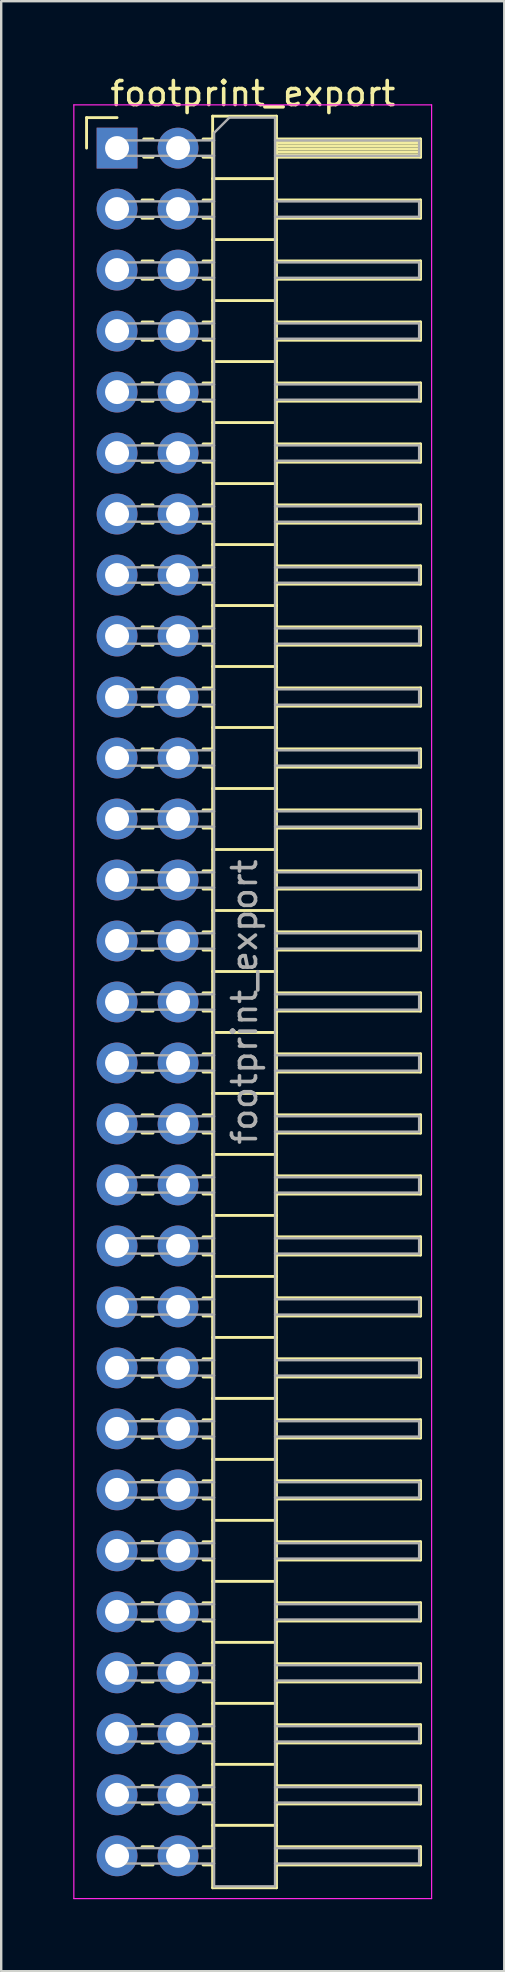
<source format=kicad_pcb>
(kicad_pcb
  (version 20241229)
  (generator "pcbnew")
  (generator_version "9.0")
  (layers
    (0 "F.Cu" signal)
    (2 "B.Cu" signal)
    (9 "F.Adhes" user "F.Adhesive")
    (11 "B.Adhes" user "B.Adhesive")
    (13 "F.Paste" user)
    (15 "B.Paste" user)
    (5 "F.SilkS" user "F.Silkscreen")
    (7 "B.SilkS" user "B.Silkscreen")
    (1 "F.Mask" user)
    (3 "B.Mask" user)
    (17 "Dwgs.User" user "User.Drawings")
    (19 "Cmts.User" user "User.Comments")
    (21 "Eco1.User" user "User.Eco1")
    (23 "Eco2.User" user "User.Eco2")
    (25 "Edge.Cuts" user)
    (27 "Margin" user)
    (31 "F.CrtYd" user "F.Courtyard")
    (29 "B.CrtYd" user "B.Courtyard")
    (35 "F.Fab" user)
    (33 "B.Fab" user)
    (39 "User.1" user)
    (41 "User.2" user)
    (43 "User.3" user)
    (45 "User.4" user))
  (footprint "footprint_export"
    (layer "F.Cu")
    (at 1.825 3.118)
    (property "Reference" "footprint_export" (at 5.655 -2.27 0) (layer "F.SilkS") (effects (font (size 1 1) (thickness 0.15))))
    (attr through_hole)
    (fp_line (start -1.27 -1.27) (end 0 -1.27) (stroke (width 0.12) (type solid)) (layer "F.SilkS"))
    (fp_line (start -1.27 0) (end -1.27 -1.27) (stroke (width 0.12) (type solid)) (layer "F.SilkS"))
    (fp_line (start 1.043 2.16) (end 1.497 2.16) (stroke (width 0.12) (type solid)) (layer "F.SilkS"))
    (fp_line (start 1.043 2.92) (end 1.497 2.92) (stroke (width 0.12) (type solid)) (layer "F.SilkS"))
    (fp_line (start 1.043 4.7) (end 1.497 4.7) (stroke (width 0.12) (type solid)) (layer "F.SilkS"))
    (fp_line (start 1.043 5.46) (end 1.497 5.46) (stroke (width 0.12) (type solid)) (layer "F.SilkS"))
    (fp_line (start 1.043 7.24) (end 1.497 7.24) (stroke (width 0.12) (type solid)) (layer "F.SilkS"))
    (fp_line (start 1.043 8) (end 1.497 8) (stroke (width 0.12) (type solid)) (layer "F.SilkS"))
    (fp_line (start 1.043 9.78) (end 1.497 9.78) (stroke (width 0.12) (type solid)) (layer "F.SilkS"))
    (fp_line (start 1.043 10.54) (end 1.497 10.54) (stroke (width 0.12) (type solid)) (layer "F.SilkS"))
    (fp_line (start 1.043 12.32) (end 1.497 12.32) (stroke (width 0.12) (type solid)) (layer "F.SilkS"))
    (fp_line (start 1.043 13.08) (end 1.497 13.08) (stroke (width 0.12) (type solid)) (layer "F.SilkS"))
    (fp_line (start 1.043 14.86) (end 1.497 14.86) (stroke (width 0.12) (type solid)) (layer "F.SilkS"))
    (fp_line (start 1.043 15.62) (end 1.497 15.62) (stroke (width 0.12) (type solid)) (layer "F.SilkS"))
    (fp_line (start 1.043 17.4) (end 1.497 17.4) (stroke (width 0.12) (type solid)) (layer "F.SilkS"))
    (fp_line (start 1.043 18.16) (end 1.497 18.16) (stroke (width 0.12) (type solid)) (layer "F.SilkS"))
    (fp_line (start 1.043 19.94) (end 1.497 19.94) (stroke (width 0.12) (type solid)) (layer "F.SilkS"))
    (fp_line (start 1.043 20.7) (end 1.497 20.7) (stroke (width 0.12) (type solid)) (layer "F.SilkS"))
    (fp_line (start 1.043 22.48) (end 1.497 22.48) (stroke (width 0.12) (type solid)) (layer "F.SilkS"))
    (fp_line (start 1.043 23.24) (end 1.497 23.24) (stroke (width 0.12) (type solid)) (layer "F.SilkS"))
    (fp_line (start 1.043 25.02) (end 1.497 25.02) (stroke (width 0.12) (type solid)) (layer "F.SilkS"))
    (fp_line (start 1.043 25.78) (end 1.497 25.78) (stroke (width 0.12) (type solid)) (layer "F.SilkS"))
    (fp_line (start 1.043 27.56) (end 1.497 27.56) (stroke (width 0.12) (type solid)) (layer "F.SilkS"))
    (fp_line (start 1.043 28.32) (end 1.497 28.32) (stroke (width 0.12) (type solid)) (layer "F.SilkS"))
    (fp_line (start 1.043 30.1) (end 1.497 30.1) (stroke (width 0.12) (type solid)) (layer "F.SilkS"))
    (fp_line (start 1.043 30.86) (end 1.497 30.86) (stroke (width 0.12) (type solid)) (layer "F.SilkS"))
    (fp_line (start 1.043 32.64) (end 1.497 32.64) (stroke (width 0.12) (type solid)) (layer "F.SilkS"))
    (fp_line (start 1.043 33.4) (end 1.497 33.4) (stroke (width 0.12) (type solid)) (layer "F.SilkS"))
    (fp_line (start 1.043 35.18) (end 1.497 35.18) (stroke (width 0.12) (type solid)) (layer "F.SilkS"))
    (fp_line (start 1.043 35.94) (end 1.497 35.94) (stroke (width 0.12) (type solid)) (layer "F.SilkS"))
    (fp_line (start 1.043 37.72) (end 1.497 37.72) (stroke (width 0.12) (type solid)) (layer "F.SilkS"))
    (fp_line (start 1.043 38.48) (end 1.497 38.48) (stroke (width 0.12) (type solid)) (layer "F.SilkS"))
    (fp_line (start 1.043 40.26) (end 1.497 40.26) (stroke (width 0.12) (type solid)) (layer "F.SilkS"))
    (fp_line (start 1.043 41.02) (end 1.497 41.02) (stroke (width 0.12) (type solid)) (layer "F.SilkS"))
    (fp_line (start 1.043 42.8) (end 1.497 42.8) (stroke (width 0.12) (type solid)) (layer "F.SilkS"))
    (fp_line (start 1.043 43.56) (end 1.497 43.56) (stroke (width 0.12) (type solid)) (layer "F.SilkS"))
    (fp_line (start 1.043 45.34) (end 1.497 45.34) (stroke (width 0.12) (type solid)) (layer "F.SilkS"))
    (fp_line (start 1.043 46.1) (end 1.497 46.1) (stroke (width 0.12) (type solid)) (layer "F.SilkS"))
    (fp_line (start 1.043 47.88) (end 1.497 47.88) (stroke (width 0.12) (type solid)) (layer "F.SilkS"))
    (fp_line (start 1.043 48.64) (end 1.497 48.64) (stroke (width 0.12) (type solid)) (layer "F.SilkS"))
    (fp_line (start 1.043 50.42) (end 1.497 50.42) (stroke (width 0.12) (type solid)) (layer "F.SilkS"))
    (fp_line (start 1.043 51.18) (end 1.497 51.18) (stroke (width 0.12) (type solid)) (layer "F.SilkS"))
    (fp_line (start 1.043 52.96) (end 1.497 52.96) (stroke (width 0.12) (type solid)) (layer "F.SilkS"))
    (fp_line (start 1.043 53.72) (end 1.497 53.72) (stroke (width 0.12) (type solid)) (layer "F.SilkS"))
    (fp_line (start 1.043 55.5) (end 1.497 55.5) (stroke (width 0.12) (type solid)) (layer "F.SilkS"))
    (fp_line (start 1.043 56.26) (end 1.497 56.26) (stroke (width 0.12) (type solid)) (layer "F.SilkS"))
    (fp_line (start 1.043 58.04) (end 1.497 58.04) (stroke (width 0.12) (type solid)) (layer "F.SilkS"))
    (fp_line (start 1.043 58.8) (end 1.497 58.8) (stroke (width 0.12) (type solid)) (layer "F.SilkS"))
    (fp_line (start 1.043 60.58) (end 1.497 60.58) (stroke (width 0.12) (type solid)) (layer "F.SilkS"))
    (fp_line (start 1.043 61.34) (end 1.497 61.34) (stroke (width 0.12) (type solid)) (layer "F.SilkS"))
    (fp_line (start 1.043 63.12) (end 1.497 63.12) (stroke (width 0.12) (type solid)) (layer "F.SilkS"))
    (fp_line (start 1.043 63.88) (end 1.497 63.88) (stroke (width 0.12) (type solid)) (layer "F.SilkS"))
    (fp_line (start 1.043 65.66) (end 1.497 65.66) (stroke (width 0.12) (type solid)) (layer "F.SilkS"))
    (fp_line (start 1.043 66.42) (end 1.497 66.42) (stroke (width 0.12) (type solid)) (layer "F.SilkS"))
    (fp_line (start 1.043 68.2) (end 1.497 68.2) (stroke (width 0.12) (type solid)) (layer "F.SilkS"))
    (fp_line (start 1.043 68.96) (end 1.497 68.96) (stroke (width 0.12) (type solid)) (layer "F.SilkS"))
    (fp_line (start 1.043 70.74) (end 1.497 70.74) (stroke (width 0.12) (type solid)) (layer "F.SilkS"))
    (fp_line (start 1.043 71.5) (end 1.497 71.5) (stroke (width 0.12) (type solid)) (layer "F.SilkS"))
    (fp_line (start 1.11 -0.38) (end 1.497 -0.38) (stroke (width 0.12) (type solid)) (layer "F.SilkS"))
    (fp_line (start 1.11 0.38) (end 1.497 0.38) (stroke (width 0.12) (type solid)) (layer "F.SilkS"))
    (fp_line (start 3.583 -0.38) (end 3.98 -0.38) (stroke (width 0.12) (type solid)) (layer "F.SilkS"))
    (fp_line (start 3.583 0.38) (end 3.98 0.38) (stroke (width 0.12) (type solid)) (layer "F.SilkS"))
    (fp_line (start 3.583 2.16) (end 3.98 2.16) (stroke (width 0.12) (type solid)) (layer "F.SilkS"))
    (fp_line (start 3.583 2.92) (end 3.98 2.92) (stroke (width 0.12) (type solid)) (layer "F.SilkS"))
    (fp_line (start 3.583 4.7) (end 3.98 4.7) (stroke (width 0.12) (type solid)) (layer "F.SilkS"))
    (fp_line (start 3.583 5.46) (end 3.98 5.46) (stroke (width 0.12) (type solid)) (layer "F.SilkS"))
    (fp_line (start 3.583 7.24) (end 3.98 7.24) (stroke (width 0.12) (type solid)) (layer "F.SilkS"))
    (fp_line (start 3.583 8) (end 3.98 8) (stroke (width 0.12) (type solid)) (layer "F.SilkS"))
    (fp_line (start 3.583 9.78) (end 3.98 9.78) (stroke (width 0.12) (type solid)) (layer "F.SilkS"))
    (fp_line (start 3.583 10.54) (end 3.98 10.54) (stroke (width 0.12) (type solid)) (layer "F.SilkS"))
    (fp_line (start 3.583 12.32) (end 3.98 12.32) (stroke (width 0.12) (type solid)) (layer "F.SilkS"))
    (fp_line (start 3.583 13.08) (end 3.98 13.08) (stroke (width 0.12) (type solid)) (layer "F.SilkS"))
    (fp_line (start 3.583 14.86) (end 3.98 14.86) (stroke (width 0.12) (type solid)) (layer "F.SilkS"))
    (fp_line (start 3.583 15.62) (end 3.98 15.62) (stroke (width 0.12) (type solid)) (layer "F.SilkS"))
    (fp_line (start 3.583 17.4) (end 3.98 17.4) (stroke (width 0.12) (type solid)) (layer "F.SilkS"))
    (fp_line (start 3.583 18.16) (end 3.98 18.16) (stroke (width 0.12) (type solid)) (layer "F.SilkS"))
    (fp_line (start 3.583 19.94) (end 3.98 19.94) (stroke (width 0.12) (type solid)) (layer "F.SilkS"))
    (fp_line (start 3.583 20.7) (end 3.98 20.7) (stroke (width 0.12) (type solid)) (layer "F.SilkS"))
    (fp_line (start 3.583 22.48) (end 3.98 22.48) (stroke (width 0.12) (type solid)) (layer "F.SilkS"))
    (fp_line (start 3.583 23.24) (end 3.98 23.24) (stroke (width 0.12) (type solid)) (layer "F.SilkS"))
    (fp_line (start 3.583 25.02) (end 3.98 25.02) (stroke (width 0.12) (type solid)) (layer "F.SilkS"))
    (fp_line (start 3.583 25.78) (end 3.98 25.78) (stroke (width 0.12) (type solid)) (layer "F.SilkS"))
    (fp_line (start 3.583 27.56) (end 3.98 27.56) (stroke (width 0.12) (type solid)) (layer "F.SilkS"))
    (fp_line (start 3.583 28.32) (end 3.98 28.32) (stroke (width 0.12) (type solid)) (layer "F.SilkS"))
    (fp_line (start 3.583 30.1) (end 3.98 30.1) (stroke (width 0.12) (type solid)) (layer "F.SilkS"))
    (fp_line (start 3.583 30.86) (end 3.98 30.86) (stroke (width 0.12) (type solid)) (layer "F.SilkS"))
    (fp_line (start 3.583 32.64) (end 3.98 32.64) (stroke (width 0.12) (type solid)) (layer "F.SilkS"))
    (fp_line (start 3.583 33.4) (end 3.98 33.4) (stroke (width 0.12) (type solid)) (layer "F.SilkS"))
    (fp_line (start 3.583 35.18) (end 3.98 35.18) (stroke (width 0.12) (type solid)) (layer "F.SilkS"))
    (fp_line (start 3.583 35.94) (end 3.98 35.94) (stroke (width 0.12) (type solid)) (layer "F.SilkS"))
    (fp_line (start 3.583 37.72) (end 3.98 37.72) (stroke (width 0.12) (type solid)) (layer "F.SilkS"))
    (fp_line (start 3.583 38.48) (end 3.98 38.48) (stroke (width 0.12) (type solid)) (layer "F.SilkS"))
    (fp_line (start 3.583 40.26) (end 3.98 40.26) (stroke (width 0.12) (type solid)) (layer "F.SilkS"))
    (fp_line (start 3.583 41.02) (end 3.98 41.02) (stroke (width 0.12) (type solid)) (layer "F.SilkS"))
    (fp_line (start 3.583 42.8) (end 3.98 42.8) (stroke (width 0.12) (type solid)) (layer "F.SilkS"))
    (fp_line (start 3.583 43.56) (end 3.98 43.56) (stroke (width 0.12) (type solid)) (layer "F.SilkS"))
    (fp_line (start 3.583 45.34) (end 3.98 45.34) (stroke (width 0.12) (type solid)) (layer "F.SilkS"))
    (fp_line (start 3.583 46.1) (end 3.98 46.1) (stroke (width 0.12) (type solid)) (layer "F.SilkS"))
    (fp_line (start 3.583 47.88) (end 3.98 47.88) (stroke (width 0.12) (type solid)) (layer "F.SilkS"))
    (fp_line (start 3.583 48.64) (end 3.98 48.64) (stroke (width 0.12) (type solid)) (layer "F.SilkS"))
    (fp_line (start 3.583 50.42) (end 3.98 50.42) (stroke (width 0.12) (type solid)) (layer "F.SilkS"))
    (fp_line (start 3.583 51.18) (end 3.98 51.18) (stroke (width 0.12) (type solid)) (layer "F.SilkS"))
    (fp_line (start 3.583 52.96) (end 3.98 52.96) (stroke (width 0.12) (type solid)) (layer "F.SilkS"))
    (fp_line (start 3.583 53.72) (end 3.98 53.72) (stroke (width 0.12) (type solid)) (layer "F.SilkS"))
    (fp_line (start 3.583 55.5) (end 3.98 55.5) (stroke (width 0.12) (type solid)) (layer "F.SilkS"))
    (fp_line (start 3.583 56.26) (end 3.98 56.26) (stroke (width 0.12) (type solid)) (layer "F.SilkS"))
    (fp_line (start 3.583 58.04) (end 3.98 58.04) (stroke (width 0.12) (type solid)) (layer "F.SilkS"))
    (fp_line (start 3.583 58.8) (end 3.98 58.8) (stroke (width 0.12) (type solid)) (layer "F.SilkS"))
    (fp_line (start 3.583 60.58) (end 3.98 60.58) (stroke (width 0.12) (type solid)) (layer "F.SilkS"))
    (fp_line (start 3.583 61.34) (end 3.98 61.34) (stroke (width 0.12) (type solid)) (layer "F.SilkS"))
    (fp_line (start 3.583 63.12) (end 3.98 63.12) (stroke (width 0.12) (type solid)) (layer "F.SilkS"))
    (fp_line (start 3.583 63.88) (end 3.98 63.88) (stroke (width 0.12) (type solid)) (layer "F.SilkS"))
    (fp_line (start 3.583 65.66) (end 3.98 65.66) (stroke (width 0.12) (type solid)) (layer "F.SilkS"))
    (fp_line (start 3.583 66.42) (end 3.98 66.42) (stroke (width 0.12) (type solid)) (layer "F.SilkS"))
    (fp_line (start 3.583 68.2) (end 3.98 68.2) (stroke (width 0.12) (type solid)) (layer "F.SilkS"))
    (fp_line (start 3.583 68.96) (end 3.98 68.96) (stroke (width 0.12) (type solid)) (layer "F.SilkS"))
    (fp_line (start 3.583 70.74) (end 3.98 70.74) (stroke (width 0.12) (type solid)) (layer "F.SilkS"))
    (fp_line (start 3.583 71.5) (end 3.98 71.5) (stroke (width 0.12) (type solid)) (layer "F.SilkS"))
    (fp_line (start 3.98 -1.33) (end 3.98 72.45) (stroke (width 0.12) (type solid)) (layer "F.SilkS"))
    (fp_line (start 3.98 1.27) (end 6.64 1.27) (stroke (width 0.12) (type solid)) (layer "F.SilkS"))
    (fp_line (start 3.98 3.81) (end 6.64 3.81) (stroke (width 0.12) (type solid)) (layer "F.SilkS"))
    (fp_line (start 3.98 6.35) (end 6.64 6.35) (stroke (width 0.12) (type solid)) (layer "F.SilkS"))
    (fp_line (start 3.98 8.89) (end 6.64 8.89) (stroke (width 0.12) (type solid)) (layer "F.SilkS"))
    (fp_line (start 3.98 11.43) (end 6.64 11.43) (stroke (width 0.12) (type solid)) (layer "F.SilkS"))
    (fp_line (start 3.98 13.97) (end 6.64 13.97) (stroke (width 0.12) (type solid)) (layer "F.SilkS"))
    (fp_line (start 3.98 16.51) (end 6.64 16.51) (stroke (width 0.12) (type solid)) (layer "F.SilkS"))
    (fp_line (start 3.98 19.05) (end 6.64 19.05) (stroke (width 0.12) (type solid)) (layer "F.SilkS"))
    (fp_line (start 3.98 21.59) (end 6.64 21.59) (stroke (width 0.12) (type solid)) (layer "F.SilkS"))
    (fp_line (start 3.98 24.13) (end 6.64 24.13) (stroke (width 0.12) (type solid)) (layer "F.SilkS"))
    (fp_line (start 3.98 26.67) (end 6.64 26.67) (stroke (width 0.12) (type solid)) (layer "F.SilkS"))
    (fp_line (start 3.98 29.21) (end 6.64 29.21) (stroke (width 0.12) (type solid)) (layer "F.SilkS"))
    (fp_line (start 3.98 31.75) (end 6.64 31.75) (stroke (width 0.12) (type solid)) (layer "F.SilkS"))
    (fp_line (start 3.98 34.29) (end 6.64 34.29) (stroke (width 0.12) (type solid)) (layer "F.SilkS"))
    (fp_line (start 3.98 36.83) (end 6.64 36.83) (stroke (width 0.12) (type solid)) (layer "F.SilkS"))
    (fp_line (start 3.98 39.37) (end 6.64 39.37) (stroke (width 0.12) (type solid)) (layer "F.SilkS"))
    (fp_line (start 3.98 41.91) (end 6.64 41.91) (stroke (width 0.12) (type solid)) (layer "F.SilkS"))
    (fp_line (start 3.98 44.45) (end 6.64 44.45) (stroke (width 0.12) (type solid)) (layer "F.SilkS"))
    (fp_line (start 3.98 46.99) (end 6.64 46.99) (stroke (width 0.12) (type solid)) (layer "F.SilkS"))
    (fp_line (start 3.98 49.53) (end 6.64 49.53) (stroke (width 0.12) (type solid)) (layer "F.SilkS"))
    (fp_line (start 3.98 52.07) (end 6.64 52.07) (stroke (width 0.12) (type solid)) (layer "F.SilkS"))
    (fp_line (start 3.98 54.61) (end 6.64 54.61) (stroke (width 0.12) (type solid)) (layer "F.SilkS"))
    (fp_line (start 3.98 57.15) (end 6.64 57.15) (stroke (width 0.12) (type solid)) (layer "F.SilkS"))
    (fp_line (start 3.98 59.69) (end 6.64 59.69) (stroke (width 0.12) (type solid)) (layer "F.SilkS"))
    (fp_line (start 3.98 62.23) (end 6.64 62.23) (stroke (width 0.12) (type solid)) (layer "F.SilkS"))
    (fp_line (start 3.98 64.77) (end 6.64 64.77) (stroke (width 0.12) (type solid)) (layer "F.SilkS"))
    (fp_line (start 3.98 67.31) (end 6.64 67.31) (stroke (width 0.12) (type solid)) (layer "F.SilkS"))
    (fp_line (start 3.98 69.85) (end 6.64 69.85) (stroke (width 0.12) (type solid)) (layer "F.SilkS"))
    (fp_line (start 3.98 72.45) (end 6.64 72.45) (stroke (width 0.12) (type solid)) (layer "F.SilkS"))
    (fp_line (start 6.64 -1.33) (end 3.98 -1.33) (stroke (width 0.12) (type solid)) (layer "F.SilkS"))
    (fp_line (start 6.64 -0.38) (end 12.64 -0.38) (stroke (width 0.12) (type solid)) (layer "F.SilkS"))
    (fp_line (start 6.64 -0.32) (end 12.64 -0.32) (stroke (width 0.12) (type solid)) (layer "F.SilkS"))
    (fp_line (start 6.64 -0.2) (end 12.64 -0.2) (stroke (width 0.12) (type solid)) (layer "F.SilkS"))
    (fp_line (start 6.64 -0.08) (end 12.64 -0.08) (stroke (width 0.12) (type solid)) (layer "F.SilkS"))
    (fp_line (start 6.64 0.04) (end 12.64 0.04) (stroke (width 0.12) (type solid)) (layer "F.SilkS"))
    (fp_line (start 6.64 0.16) (end 12.64 0.16) (stroke (width 0.12) (type solid)) (layer "F.SilkS"))
    (fp_line (start 6.64 0.28) (end 12.64 0.28) (stroke (width 0.12) (type solid)) (layer "F.SilkS"))
    (fp_line (start 6.64 2.16) (end 12.64 2.16) (stroke (width 0.12) (type solid)) (layer "F.SilkS"))
    (fp_line (start 6.64 4.7) (end 12.64 4.7) (stroke (width 0.12) (type solid)) (layer "F.SilkS"))
    (fp_line (start 6.64 7.24) (end 12.64 7.24) (stroke (width 0.12) (type solid)) (layer "F.SilkS"))
    (fp_line (start 6.64 9.78) (end 12.64 9.78) (stroke (width 0.12) (type solid)) (layer "F.SilkS"))
    (fp_line (start 6.64 12.32) (end 12.64 12.32) (stroke (width 0.12) (type solid)) (layer "F.SilkS"))
    (fp_line (start 6.64 14.86) (end 12.64 14.86) (stroke (width 0.12) (type solid)) (layer "F.SilkS"))
    (fp_line (start 6.64 17.4) (end 12.64 17.4) (stroke (width 0.12) (type solid)) (layer "F.SilkS"))
    (fp_line (start 6.64 19.94) (end 12.64 19.94) (stroke (width 0.12) (type solid)) (layer "F.SilkS"))
    (fp_line (start 6.64 22.48) (end 12.64 22.48) (stroke (width 0.12) (type solid)) (layer "F.SilkS"))
    (fp_line (start 6.64 25.02) (end 12.64 25.02) (stroke (width 0.12) (type solid)) (layer "F.SilkS"))
    (fp_line (start 6.64 27.56) (end 12.64 27.56) (stroke (width 0.12) (type solid)) (layer "F.SilkS"))
    (fp_line (start 6.64 30.1) (end 12.64 30.1) (stroke (width 0.12) (type solid)) (layer "F.SilkS"))
    (fp_line (start 6.64 32.64) (end 12.64 32.64) (stroke (width 0.12) (type solid)) (layer "F.SilkS"))
    (fp_line (start 6.64 35.18) (end 12.64 35.18) (stroke (width 0.12) (type solid)) (layer "F.SilkS"))
    (fp_line (start 6.64 37.72) (end 12.64 37.72) (stroke (width 0.12) (type solid)) (layer "F.SilkS"))
    (fp_line (start 6.64 40.26) (end 12.64 40.26) (stroke (width 0.12) (type solid)) (layer "F.SilkS"))
    (fp_line (start 6.64 42.8) (end 12.64 42.8) (stroke (width 0.12) (type solid)) (layer "F.SilkS"))
    (fp_line (start 6.64 45.34) (end 12.64 45.34) (stroke (width 0.12) (type solid)) (layer "F.SilkS"))
    (fp_line (start 6.64 47.88) (end 12.64 47.88) (stroke (width 0.12) (type solid)) (layer "F.SilkS"))
    (fp_line (start 6.64 50.42) (end 12.64 50.42) (stroke (width 0.12) (type solid)) (layer "F.SilkS"))
    (fp_line (start 6.64 52.96) (end 12.64 52.96) (stroke (width 0.12) (type solid)) (layer "F.SilkS"))
    (fp_line (start 6.64 55.5) (end 12.64 55.5) (stroke (width 0.12) (type solid)) (layer "F.SilkS"))
    (fp_line (start 6.64 58.04) (end 12.64 58.04) (stroke (width 0.12) (type solid)) (layer "F.SilkS"))
    (fp_line (start 6.64 60.58) (end 12.64 60.58) (stroke (width 0.12) (type solid)) (layer "F.SilkS"))
    (fp_line (start 6.64 63.12) (end 12.64 63.12) (stroke (width 0.12) (type solid)) (layer "F.SilkS"))
    (fp_line (start 6.64 65.66) (end 12.64 65.66) (stroke (width 0.12) (type solid)) (layer "F.SilkS"))
    (fp_line (start 6.64 68.2) (end 12.64 68.2) (stroke (width 0.12) (type solid)) (layer "F.SilkS"))
    (fp_line (start 6.64 70.74) (end 12.64 70.74) (stroke (width 0.12) (type solid)) (layer "F.SilkS"))
    (fp_line (start 6.64 72.45) (end 6.64 -1.33) (stroke (width 0.12) (type solid)) (layer "F.SilkS"))
    (fp_line (start 12.64 -0.38) (end 12.64 0.38) (stroke (width 0.12) (type solid)) (layer "F.SilkS"))
    (fp_line (start 12.64 0.38) (end 6.64 0.38) (stroke (width 0.12) (type solid)) (layer "F.SilkS"))
    (fp_line (start 12.64 2.16) (end 12.64 2.92) (stroke (width 0.12) (type solid)) (layer "F.SilkS"))
    (fp_line (start 12.64 2.92) (end 6.64 2.92) (stroke (width 0.12) (type solid)) (layer "F.SilkS"))
    (fp_line (start 12.64 4.7) (end 12.64 5.46) (stroke (width 0.12) (type solid)) (layer "F.SilkS"))
    (fp_line (start 12.64 5.46) (end 6.64 5.46) (stroke (width 0.12) (type solid)) (layer "F.SilkS"))
    (fp_line (start 12.64 7.24) (end 12.64 8) (stroke (width 0.12) (type solid)) (layer "F.SilkS"))
    (fp_line (start 12.64 8) (end 6.64 8) (stroke (width 0.12) (type solid)) (layer "F.SilkS"))
    (fp_line (start 12.64 9.78) (end 12.64 10.54) (stroke (width 0.12) (type solid)) (layer "F.SilkS"))
    (fp_line (start 12.64 10.54) (end 6.64 10.54) (stroke (width 0.12) (type solid)) (layer "F.SilkS"))
    (fp_line (start 12.64 12.32) (end 12.64 13.08) (stroke (width 0.12) (type solid)) (layer "F.SilkS"))
    (fp_line (start 12.64 13.08) (end 6.64 13.08) (stroke (width 0.12) (type solid)) (layer "F.SilkS"))
    (fp_line (start 12.64 14.86) (end 12.64 15.62) (stroke (width 0.12) (type solid)) (layer "F.SilkS"))
    (fp_line (start 12.64 15.62) (end 6.64 15.62) (stroke (width 0.12) (type solid)) (layer "F.SilkS"))
    (fp_line (start 12.64 17.4) (end 12.64 18.16) (stroke (width 0.12) (type solid)) (layer "F.SilkS"))
    (fp_line (start 12.64 18.16) (end 6.64 18.16) (stroke (width 0.12) (type solid)) (layer "F.SilkS"))
    (fp_line (start 12.64 19.94) (end 12.64 20.7) (stroke (width 0.12) (type solid)) (layer "F.SilkS"))
    (fp_line (start 12.64 20.7) (end 6.64 20.7) (stroke (width 0.12) (type solid)) (layer "F.SilkS"))
    (fp_line (start 12.64 22.48) (end 12.64 23.24) (stroke (width 0.12) (type solid)) (layer "F.SilkS"))
    (fp_line (start 12.64 23.24) (end 6.64 23.24) (stroke (width 0.12) (type solid)) (layer "F.SilkS"))
    (fp_line (start 12.64 25.02) (end 12.64 25.78) (stroke (width 0.12) (type solid)) (layer "F.SilkS"))
    (fp_line (start 12.64 25.78) (end 6.64 25.78) (stroke (width 0.12) (type solid)) (layer "F.SilkS"))
    (fp_line (start 12.64 27.56) (end 12.64 28.32) (stroke (width 0.12) (type solid)) (layer "F.SilkS"))
    (fp_line (start 12.64 28.32) (end 6.64 28.32) (stroke (width 0.12) (type solid)) (layer "F.SilkS"))
    (fp_line (start 12.64 30.1) (end 12.64 30.86) (stroke (width 0.12) (type solid)) (layer "F.SilkS"))
    (fp_line (start 12.64 30.86) (end 6.64 30.86) (stroke (width 0.12) (type solid)) (layer "F.SilkS"))
    (fp_line (start 12.64 32.64) (end 12.64 33.4) (stroke (width 0.12) (type solid)) (layer "F.SilkS"))
    (fp_line (start 12.64 33.4) (end 6.64 33.4) (stroke (width 0.12) (type solid)) (layer "F.SilkS"))
    (fp_line (start 12.64 35.18) (end 12.64 35.94) (stroke (width 0.12) (type solid)) (layer "F.SilkS"))
    (fp_line (start 12.64 35.94) (end 6.64 35.94) (stroke (width 0.12) (type solid)) (layer "F.SilkS"))
    (fp_line (start 12.64 37.72) (end 12.64 38.48) (stroke (width 0.12) (type solid)) (layer "F.SilkS"))
    (fp_line (start 12.64 38.48) (end 6.64 38.48) (stroke (width 0.12) (type solid)) (layer "F.SilkS"))
    (fp_line (start 12.64 40.26) (end 12.64 41.02) (stroke (width 0.12) (type solid)) (layer "F.SilkS"))
    (fp_line (start 12.64 41.02) (end 6.64 41.02) (stroke (width 0.12) (type solid)) (layer "F.SilkS"))
    (fp_line (start 12.64 42.8) (end 12.64 43.56) (stroke (width 0.12) (type solid)) (layer "F.SilkS"))
    (fp_line (start 12.64 43.56) (end 6.64 43.56) (stroke (width 0.12) (type solid)) (layer "F.SilkS"))
    (fp_line (start 12.64 45.34) (end 12.64 46.1) (stroke (width 0.12) (type solid)) (layer "F.SilkS"))
    (fp_line (start 12.64 46.1) (end 6.64 46.1) (stroke (width 0.12) (type solid)) (layer "F.SilkS"))
    (fp_line (start 12.64 47.88) (end 12.64 48.64) (stroke (width 0.12) (type solid)) (layer "F.SilkS"))
    (fp_line (start 12.64 48.64) (end 6.64 48.64) (stroke (width 0.12) (type solid)) (layer "F.SilkS"))
    (fp_line (start 12.64 50.42) (end 12.64 51.18) (stroke (width 0.12) (type solid)) (layer "F.SilkS"))
    (fp_line (start 12.64 51.18) (end 6.64 51.18) (stroke (width 0.12) (type solid)) (layer "F.SilkS"))
    (fp_line (start 12.64 52.96) (end 12.64 53.72) (stroke (width 0.12) (type solid)) (layer "F.SilkS"))
    (fp_line (start 12.64 53.72) (end 6.64 53.72) (stroke (width 0.12) (type solid)) (layer "F.SilkS"))
    (fp_line (start 12.64 55.5) (end 12.64 56.26) (stroke (width 0.12) (type solid)) (layer "F.SilkS"))
    (fp_line (start 12.64 56.26) (end 6.64 56.26) (stroke (width 0.12) (type solid)) (layer "F.SilkS"))
    (fp_line (start 12.64 58.04) (end 12.64 58.8) (stroke (width 0.12) (type solid)) (layer "F.SilkS"))
    (fp_line (start 12.64 58.8) (end 6.64 58.8) (stroke (width 0.12) (type solid)) (layer "F.SilkS"))
    (fp_line (start 12.64 60.58) (end 12.64 61.34) (stroke (width 0.12) (type solid)) (layer "F.SilkS"))
    (fp_line (start 12.64 61.34) (end 6.64 61.34) (stroke (width 0.12) (type solid)) (layer "F.SilkS"))
    (fp_line (start 12.64 63.12) (end 12.64 63.88) (stroke (width 0.12) (type solid)) (layer "F.SilkS"))
    (fp_line (start 12.64 63.88) (end 6.64 63.88) (stroke (width 0.12) (type solid)) (layer "F.SilkS"))
    (fp_line (start 12.64 65.66) (end 12.64 66.42) (stroke (width 0.12) (type solid)) (layer "F.SilkS"))
    (fp_line (start 12.64 66.42) (end 6.64 66.42) (stroke (width 0.12) (type solid)) (layer "F.SilkS"))
    (fp_line (start 12.64 68.2) (end 12.64 68.96) (stroke (width 0.12) (type solid)) (layer "F.SilkS"))
    (fp_line (start 12.64 68.96) (end 6.64 68.96) (stroke (width 0.12) (type solid)) (layer "F.SilkS"))
    (fp_line (start 12.64 70.74) (end 12.64 71.5) (stroke (width 0.12) (type solid)) (layer "F.SilkS"))
    (fp_line (start 12.64 71.5) (end 6.64 71.5) (stroke (width 0.12) (type solid)) (layer "F.SilkS"))
    (fp_line (start -1.8 -1.8) (end -1.8 72.9) (stroke (width 0.05) (type solid)) (layer "F.CrtYd"))
    (fp_line (start -1.8 72.9) (end 13.1 72.9) (stroke (width 0.05) (type solid)) (layer "F.CrtYd"))
    (fp_line (start 13.1 -1.8) (end -1.8 -1.8) (stroke (width 0.05) (type solid)) (layer "F.CrtYd"))
    (fp_line (start 13.1 72.9) (end 13.1 -1.8) (stroke (width 0.05) (type solid)) (layer "F.CrtYd"))
    (fp_line (start -0.32 -0.32) (end -0.32 0.32) (stroke (width 0.1) (type solid)) (layer "F.Fab"))
    (fp_line (start -0.32 -0.32) (end 4.04 -0.32) (stroke (width 0.1) (type solid)) (layer "F.Fab"))
    (fp_line (start -0.32 0.32) (end 4.04 0.32) (stroke (width 0.1) (type solid)) (layer "F.Fab"))
    (fp_line (start -0.32 2.22) (end -0.32 2.86) (stroke (width 0.1) (type solid)) (layer "F.Fab"))
    (fp_line (start -0.32 2.22) (end 4.04 2.22) (stroke (width 0.1) (type solid)) (layer "F.Fab"))
    (fp_line (start -0.32 2.86) (end 4.04 2.86) (stroke (width 0.1) (type solid)) (layer "F.Fab"))
    (fp_line (start -0.32 4.76) (end -0.32 5.4) (stroke (width 0.1) (type solid)) (layer "F.Fab"))
    (fp_line (start -0.32 4.76) (end 4.04 4.76) (stroke (width 0.1) (type solid)) (layer "F.Fab"))
    (fp_line (start -0.32 5.4) (end 4.04 5.4) (stroke (width 0.1) (type solid)) (layer "F.Fab"))
    (fp_line (start -0.32 7.3) (end -0.32 7.94) (stroke (width 0.1) (type solid)) (layer "F.Fab"))
    (fp_line (start -0.32 7.3) (end 4.04 7.3) (stroke (width 0.1) (type solid)) (layer "F.Fab"))
    (fp_line (start -0.32 7.94) (end 4.04 7.94) (stroke (width 0.1) (type solid)) (layer "F.Fab"))
    (fp_line (start -0.32 9.84) (end -0.32 10.48) (stroke (width 0.1) (type solid)) (layer "F.Fab"))
    (fp_line (start -0.32 9.84) (end 4.04 9.84) (stroke (width 0.1) (type solid)) (layer "F.Fab"))
    (fp_line (start -0.32 10.48) (end 4.04 10.48) (stroke (width 0.1) (type solid)) (layer "F.Fab"))
    (fp_line (start -0.32 12.38) (end -0.32 13.02) (stroke (width 0.1) (type solid)) (layer "F.Fab"))
    (fp_line (start -0.32 12.38) (end 4.04 12.38) (stroke (width 0.1) (type solid)) (layer "F.Fab"))
    (fp_line (start -0.32 13.02) (end 4.04 13.02) (stroke (width 0.1) (type solid)) (layer "F.Fab"))
    (fp_line (start -0.32 14.92) (end -0.32 15.56) (stroke (width 0.1) (type solid)) (layer "F.Fab"))
    (fp_line (start -0.32 14.92) (end 4.04 14.92) (stroke (width 0.1) (type solid)) (layer "F.Fab"))
    (fp_line (start -0.32 15.56) (end 4.04 15.56) (stroke (width 0.1) (type solid)) (layer "F.Fab"))
    (fp_line (start -0.32 17.46) (end -0.32 18.1) (stroke (width 0.1) (type solid)) (layer "F.Fab"))
    (fp_line (start -0.32 17.46) (end 4.04 17.46) (stroke (width 0.1) (type solid)) (layer "F.Fab"))
    (fp_line (start -0.32 18.1) (end 4.04 18.1) (stroke (width 0.1) (type solid)) (layer "F.Fab"))
    (fp_line (start -0.32 20) (end -0.32 20.64) (stroke (width 0.1) (type solid)) (layer "F.Fab"))
    (fp_line (start -0.32 20) (end 4.04 20) (stroke (width 0.1) (type solid)) (layer "F.Fab"))
    (fp_line (start -0.32 20.64) (end 4.04 20.64) (stroke (width 0.1) (type solid)) (layer "F.Fab"))
    (fp_line (start -0.32 22.54) (end -0.32 23.18) (stroke (width 0.1) (type solid)) (layer "F.Fab"))
    (fp_line (start -0.32 22.54) (end 4.04 22.54) (stroke (width 0.1) (type solid)) (layer "F.Fab"))
    (fp_line (start -0.32 23.18) (end 4.04 23.18) (stroke (width 0.1) (type solid)) (layer "F.Fab"))
    (fp_line (start -0.32 25.08) (end -0.32 25.72) (stroke (width 0.1) (type solid)) (layer "F.Fab"))
    (fp_line (start -0.32 25.08) (end 4.04 25.08) (stroke (width 0.1) (type solid)) (layer "F.Fab"))
    (fp_line (start -0.32 25.72) (end 4.04 25.72) (stroke (width 0.1) (type solid)) (layer "F.Fab"))
    (fp_line (start -0.32 27.62) (end -0.32 28.26) (stroke (width 0.1) (type solid)) (layer "F.Fab"))
    (fp_line (start -0.32 27.62) (end 4.04 27.62) (stroke (width 0.1) (type solid)) (layer "F.Fab"))
    (fp_line (start -0.32 28.26) (end 4.04 28.26) (stroke (width 0.1) (type solid)) (layer "F.Fab"))
    (fp_line (start -0.32 30.16) (end -0.32 30.8) (stroke (width 0.1) (type solid)) (layer "F.Fab"))
    (fp_line (start -0.32 30.16) (end 4.04 30.16) (stroke (width 0.1) (type solid)) (layer "F.Fab"))
    (fp_line (start -0.32 30.8) (end 4.04 30.8) (stroke (width 0.1) (type solid)) (layer "F.Fab"))
    (fp_line (start -0.32 32.7) (end -0.32 33.34) (stroke (width 0.1) (type solid)) (layer "F.Fab"))
    (fp_line (start -0.32 32.7) (end 4.04 32.7) (stroke (width 0.1) (type solid)) (layer "F.Fab"))
    (fp_line (start -0.32 33.34) (end 4.04 33.34) (stroke (width 0.1) (type solid)) (layer "F.Fab"))
    (fp_line (start -0.32 35.24) (end -0.32 35.88) (stroke (width 0.1) (type solid)) (layer "F.Fab"))
    (fp_line (start -0.32 35.24) (end 4.04 35.24) (stroke (width 0.1) (type solid)) (layer "F.Fab"))
    (fp_line (start -0.32 35.88) (end 4.04 35.88) (stroke (width 0.1) (type solid)) (layer "F.Fab"))
    (fp_line (start -0.32 37.78) (end -0.32 38.42) (stroke (width 0.1) (type solid)) (layer "F.Fab"))
    (fp_line (start -0.32 37.78) (end 4.04 37.78) (stroke (width 0.1) (type solid)) (layer "F.Fab"))
    (fp_line (start -0.32 38.42) (end 4.04 38.42) (stroke (width 0.1) (type solid)) (layer "F.Fab"))
    (fp_line (start -0.32 40.32) (end -0.32 40.96) (stroke (width 0.1) (type solid)) (layer "F.Fab"))
    (fp_line (start -0.32 40.32) (end 4.04 40.32) (stroke (width 0.1) (type solid)) (layer "F.Fab"))
    (fp_line (start -0.32 40.96) (end 4.04 40.96) (stroke (width 0.1) (type solid)) (layer "F.Fab"))
    (fp_line (start -0.32 42.86) (end -0.32 43.5) (stroke (width 0.1) (type solid)) (layer "F.Fab"))
    (fp_line (start -0.32 42.86) (end 4.04 42.86) (stroke (width 0.1) (type solid)) (layer "F.Fab"))
    (fp_line (start -0.32 43.5) (end 4.04 43.5) (stroke (width 0.1) (type solid)) (layer "F.Fab"))
    (fp_line (start -0.32 45.4) (end -0.32 46.04) (stroke (width 0.1) (type solid)) (layer "F.Fab"))
    (fp_line (start -0.32 45.4) (end 4.04 45.4) (stroke (width 0.1) (type solid)) (layer "F.Fab"))
    (fp_line (start -0.32 46.04) (end 4.04 46.04) (stroke (width 0.1) (type solid)) (layer "F.Fab"))
    (fp_line (start -0.32 47.94) (end -0.32 48.58) (stroke (width 0.1) (type solid)) (layer "F.Fab"))
    (fp_line (start -0.32 47.94) (end 4.04 47.94) (stroke (width 0.1) (type solid)) (layer "F.Fab"))
    (fp_line (start -0.32 48.58) (end 4.04 48.58) (stroke (width 0.1) (type solid)) (layer "F.Fab"))
    (fp_line (start -0.32 50.48) (end -0.32 51.12) (stroke (width 0.1) (type solid)) (layer "F.Fab"))
    (fp_line (start -0.32 50.48) (end 4.04 50.48) (stroke (width 0.1) (type solid)) (layer "F.Fab"))
    (fp_line (start -0.32 51.12) (end 4.04 51.12) (stroke (width 0.1) (type solid)) (layer "F.Fab"))
    (fp_line (start -0.32 53.02) (end -0.32 53.66) (stroke (width 0.1) (type solid)) (layer "F.Fab"))
    (fp_line (start -0.32 53.02) (end 4.04 53.02) (stroke (width 0.1) (type solid)) (layer "F.Fab"))
    (fp_line (start -0.32 53.66) (end 4.04 53.66) (stroke (width 0.1) (type solid)) (layer "F.Fab"))
    (fp_line (start -0.32 55.56) (end -0.32 56.2) (stroke (width 0.1) (type solid)) (layer "F.Fab"))
    (fp_line (start -0.32 55.56) (end 4.04 55.56) (stroke (width 0.1) (type solid)) (layer "F.Fab"))
    (fp_line (start -0.32 56.2) (end 4.04 56.2) (stroke (width 0.1) (type solid)) (layer "F.Fab"))
    (fp_line (start -0.32 58.1) (end -0.32 58.74) (stroke (width 0.1) (type solid)) (layer "F.Fab"))
    (fp_line (start -0.32 58.1) (end 4.04 58.1) (stroke (width 0.1) (type solid)) (layer "F.Fab"))
    (fp_line (start -0.32 58.74) (end 4.04 58.74) (stroke (width 0.1) (type solid)) (layer "F.Fab"))
    (fp_line (start -0.32 60.64) (end -0.32 61.28) (stroke (width 0.1) (type solid)) (layer "F.Fab"))
    (fp_line (start -0.32 60.64) (end 4.04 60.64) (stroke (width 0.1) (type solid)) (layer "F.Fab"))
    (fp_line (start -0.32 61.28) (end 4.04 61.28) (stroke (width 0.1) (type solid)) (layer "F.Fab"))
    (fp_line (start -0.32 63.18) (end -0.32 63.82) (stroke (width 0.1) (type solid)) (layer "F.Fab"))
    (fp_line (start -0.32 63.18) (end 4.04 63.18) (stroke (width 0.1) (type solid)) (layer "F.Fab"))
    (fp_line (start -0.32 63.82) (end 4.04 63.82) (stroke (width 0.1) (type solid)) (layer "F.Fab"))
    (fp_line (start -0.32 65.72) (end -0.32 66.36) (stroke (width 0.1) (type solid)) (layer "F.Fab"))
    (fp_line (start -0.32 65.72) (end 4.04 65.72) (stroke (width 0.1) (type solid)) (layer "F.Fab"))
    (fp_line (start -0.32 66.36) (end 4.04 66.36) (stroke (width 0.1) (type solid)) (layer "F.Fab"))
    (fp_line (start -0.32 68.26) (end -0.32 68.9) (stroke (width 0.1) (type solid)) (layer "F.Fab"))
    (fp_line (start -0.32 68.26) (end 4.04 68.26) (stroke (width 0.1) (type solid)) (layer "F.Fab"))
    (fp_line (start -0.32 68.9) (end 4.04 68.9) (stroke (width 0.1) (type solid)) (layer "F.Fab"))
    (fp_line (start -0.32 70.8) (end -0.32 71.44) (stroke (width 0.1) (type solid)) (layer "F.Fab"))
    (fp_line (start -0.32 70.8) (end 4.04 70.8) (stroke (width 0.1) (type solid)) (layer "F.Fab"))
    (fp_line (start -0.32 71.44) (end 4.04 71.44) (stroke (width 0.1) (type solid)) (layer "F.Fab"))
    (fp_line (start 4.04 -0.635) (end 4.675 -1.27) (stroke (width 0.1) (type solid)) (layer "F.Fab"))
    (fp_line (start 4.04 72.39) (end 4.04 -0.635) (stroke (width 0.1) (type solid)) (layer "F.Fab"))
    (fp_line (start 4.675 -1.27) (end 6.58 -1.27) (stroke (width 0.1) (type solid)) (layer "F.Fab"))
    (fp_line (start 6.58 -1.27) (end 6.58 72.39) (stroke (width 0.1) (type solid)) (layer "F.Fab"))
    (fp_line (start 6.58 -0.32) (end 12.58 -0.32) (stroke (width 0.1) (type solid)) (layer "F.Fab"))
    (fp_line (start 6.58 0.32) (end 12.58 0.32) (stroke (width 0.1) (type solid)) (layer "F.Fab"))
    (fp_line (start 6.58 2.22) (end 12.58 2.22) (stroke (width 0.1) (type solid)) (layer "F.Fab"))
    (fp_line (start 6.58 2.86) (end 12.58 2.86) (stroke (width 0.1) (type solid)) (layer "F.Fab"))
    (fp_line (start 6.58 4.76) (end 12.58 4.76) (stroke (width 0.1) (type solid)) (layer "F.Fab"))
    (fp_line (start 6.58 5.4) (end 12.58 5.4) (stroke (width 0.1) (type solid)) (layer "F.Fab"))
    (fp_line (start 6.58 7.3) (end 12.58 7.3) (stroke (width 0.1) (type solid)) (layer "F.Fab"))
    (fp_line (start 6.58 7.94) (end 12.58 7.94) (stroke (width 0.1) (type solid)) (layer "F.Fab"))
    (fp_line (start 6.58 9.84) (end 12.58 9.84) (stroke (width 0.1) (type solid)) (layer "F.Fab"))
    (fp_line (start 6.58 10.48) (end 12.58 10.48) (stroke (width 0.1) (type solid)) (layer "F.Fab"))
    (fp_line (start 6.58 12.38) (end 12.58 12.38) (stroke (width 0.1) (type solid)) (layer "F.Fab"))
    (fp_line (start 6.58 13.02) (end 12.58 13.02) (stroke (width 0.1) (type solid)) (layer "F.Fab"))
    (fp_line (start 6.58 14.92) (end 12.58 14.92) (stroke (width 0.1) (type solid)) (layer "F.Fab"))
    (fp_line (start 6.58 15.56) (end 12.58 15.56) (stroke (width 0.1) (type solid)) (layer "F.Fab"))
    (fp_line (start 6.58 17.46) (end 12.58 17.46) (stroke (width 0.1) (type solid)) (layer "F.Fab"))
    (fp_line (start 6.58 18.1) (end 12.58 18.1) (stroke (width 0.1) (type solid)) (layer "F.Fab"))
    (fp_line (start 6.58 20) (end 12.58 20) (stroke (width 0.1) (type solid)) (layer "F.Fab"))
    (fp_line (start 6.58 20.64) (end 12.58 20.64) (stroke (width 0.1) (type solid)) (layer "F.Fab"))
    (fp_line (start 6.58 22.54) (end 12.58 22.54) (stroke (width 0.1) (type solid)) (layer "F.Fab"))
    (fp_line (start 6.58 23.18) (end 12.58 23.18) (stroke (width 0.1) (type solid)) (layer "F.Fab"))
    (fp_line (start 6.58 25.08) (end 12.58 25.08) (stroke (width 0.1) (type solid)) (layer "F.Fab"))
    (fp_line (start 6.58 25.72) (end 12.58 25.72) (stroke (width 0.1) (type solid)) (layer "F.Fab"))
    (fp_line (start 6.58 27.62) (end 12.58 27.62) (stroke (width 0.1) (type solid)) (layer "F.Fab"))
    (fp_line (start 6.58 28.26) (end 12.58 28.26) (stroke (width 0.1) (type solid)) (layer "F.Fab"))
    (fp_line (start 6.58 30.16) (end 12.58 30.16) (stroke (width 0.1) (type solid)) (layer "F.Fab"))
    (fp_line (start 6.58 30.8) (end 12.58 30.8) (stroke (width 0.1) (type solid)) (layer "F.Fab"))
    (fp_line (start 6.58 32.7) (end 12.58 32.7) (stroke (width 0.1) (type solid)) (layer "F.Fab"))
    (fp_line (start 6.58 33.34) (end 12.58 33.34) (stroke (width 0.1) (type solid)) (layer "F.Fab"))
    (fp_line (start 6.58 35.24) (end 12.58 35.24) (stroke (width 0.1) (type solid)) (layer "F.Fab"))
    (fp_line (start 6.58 35.88) (end 12.58 35.88) (stroke (width 0.1) (type solid)) (layer "F.Fab"))
    (fp_line (start 6.58 37.78) (end 12.58 37.78) (stroke (width 0.1) (type solid)) (layer "F.Fab"))
    (fp_line (start 6.58 38.42) (end 12.58 38.42) (stroke (width 0.1) (type solid)) (layer "F.Fab"))
    (fp_line (start 6.58 40.32) (end 12.58 40.32) (stroke (width 0.1) (type solid)) (layer "F.Fab"))
    (fp_line (start 6.58 40.96) (end 12.58 40.96) (stroke (width 0.1) (type solid)) (layer "F.Fab"))
    (fp_line (start 6.58 42.86) (end 12.58 42.86) (stroke (width 0.1) (type solid)) (layer "F.Fab"))
    (fp_line (start 6.58 43.5) (end 12.58 43.5) (stroke (width 0.1) (type solid)) (layer "F.Fab"))
    (fp_line (start 6.58 45.4) (end 12.58 45.4) (stroke (width 0.1) (type solid)) (layer "F.Fab"))
    (fp_line (start 6.58 46.04) (end 12.58 46.04) (stroke (width 0.1) (type solid)) (layer "F.Fab"))
    (fp_line (start 6.58 47.94) (end 12.58 47.94) (stroke (width 0.1) (type solid)) (layer "F.Fab"))
    (fp_line (start 6.58 48.58) (end 12.58 48.58) (stroke (width 0.1) (type solid)) (layer "F.Fab"))
    (fp_line (start 6.58 50.48) (end 12.58 50.48) (stroke (width 0.1) (type solid)) (layer "F.Fab"))
    (fp_line (start 6.58 51.12) (end 12.58 51.12) (stroke (width 0.1) (type solid)) (layer "F.Fab"))
    (fp_line (start 6.58 53.02) (end 12.58 53.02) (stroke (width 0.1) (type solid)) (layer "F.Fab"))
    (fp_line (start 6.58 53.66) (end 12.58 53.66) (stroke (width 0.1) (type solid)) (layer "F.Fab"))
    (fp_line (start 6.58 55.56) (end 12.58 55.56) (stroke (width 0.1) (type solid)) (layer "F.Fab"))
    (fp_line (start 6.58 56.2) (end 12.58 56.2) (stroke (width 0.1) (type solid)) (layer "F.Fab"))
    (fp_line (start 6.58 58.1) (end 12.58 58.1) (stroke (width 0.1) (type solid)) (layer "F.Fab"))
    (fp_line (start 6.58 58.74) (end 12.58 58.74) (stroke (width 0.1) (type solid)) (layer "F.Fab"))
    (fp_line (start 6.58 60.64) (end 12.58 60.64) (stroke (width 0.1) (type solid)) (layer "F.Fab"))
    (fp_line (start 6.58 61.28) (end 12.58 61.28) (stroke (width 0.1) (type solid)) (layer "F.Fab"))
    (fp_line (start 6.58 63.18) (end 12.58 63.18) (stroke (width 0.1) (type solid)) (layer "F.Fab"))
    (fp_line (start 6.58 63.82) (end 12.58 63.82) (stroke (width 0.1) (type solid)) (layer "F.Fab"))
    (fp_line (start 6.58 65.72) (end 12.58 65.72) (stroke (width 0.1) (type solid)) (layer "F.Fab"))
    (fp_line (start 6.58 66.36) (end 12.58 66.36) (stroke (width 0.1) (type solid)) (layer "F.Fab"))
    (fp_line (start 6.58 68.26) (end 12.58 68.26) (stroke (width 0.1) (type solid)) (layer "F.Fab"))
    (fp_line (start 6.58 68.9) (end 12.58 68.9) (stroke (width 0.1) (type solid)) (layer "F.Fab"))
    (fp_line (start 6.58 70.8) (end 12.58 70.8) (stroke (width 0.1) (type solid)) (layer "F.Fab"))
    (fp_line (start 6.58 71.44) (end 12.58 71.44) (stroke (width 0.1) (type solid)) (layer "F.Fab"))
    (fp_line (start 6.58 72.39) (end 4.04 72.39) (stroke (width 0.1) (type solid)) (layer "F.Fab"))
    (fp_line (start 12.58 -0.32) (end 12.58 0.32) (stroke (width 0.1) (type solid)) (layer "F.Fab"))
    (fp_line (start 12.58 2.22) (end 12.58 2.86) (stroke (width 0.1) (type solid)) (layer "F.Fab"))
    (fp_line (start 12.58 4.76) (end 12.58 5.4) (stroke (width 0.1) (type solid)) (layer "F.Fab"))
    (fp_line (start 12.58 7.3) (end 12.58 7.94) (stroke (width 0.1) (type solid)) (layer "F.Fab"))
    (fp_line (start 12.58 9.84) (end 12.58 10.48) (stroke (width 0.1) (type solid)) (layer "F.Fab"))
    (fp_line (start 12.58 12.38) (end 12.58 13.02) (stroke (width 0.1) (type solid)) (layer "F.Fab"))
    (fp_line (start 12.58 14.92) (end 12.58 15.56) (stroke (width 0.1) (type solid)) (layer "F.Fab"))
    (fp_line (start 12.58 17.46) (end 12.58 18.1) (stroke (width 0.1) (type solid)) (layer "F.Fab"))
    (fp_line (start 12.58 20) (end 12.58 20.64) (stroke (width 0.1) (type solid)) (layer "F.Fab"))
    (fp_line (start 12.58 22.54) (end 12.58 23.18) (stroke (width 0.1) (type solid)) (layer "F.Fab"))
    (fp_line (start 12.58 25.08) (end 12.58 25.72) (stroke (width 0.1) (type solid)) (layer "F.Fab"))
    (fp_line (start 12.58 27.62) (end 12.58 28.26) (stroke (width 0.1) (type solid)) (layer "F.Fab"))
    (fp_line (start 12.58 30.16) (end 12.58 30.8) (stroke (width 0.1) (type solid)) (layer "F.Fab"))
    (fp_line (start 12.58 32.7) (end 12.58 33.34) (stroke (width 0.1) (type solid)) (layer "F.Fab"))
    (fp_line (start 12.58 35.24) (end 12.58 35.88) (stroke (width 0.1) (type solid)) (layer "F.Fab"))
    (fp_line (start 12.58 37.78) (end 12.58 38.42) (stroke (width 0.1) (type solid)) (layer "F.Fab"))
    (fp_line (start 12.58 40.32) (end 12.58 40.96) (stroke (width 0.1) (type solid)) (layer "F.Fab"))
    (fp_line (start 12.58 42.86) (end 12.58 43.5) (stroke (width 0.1) (type solid)) (layer "F.Fab"))
    (fp_line (start 12.58 45.4) (end 12.58 46.04) (stroke (width 0.1) (type solid)) (layer "F.Fab"))
    (fp_line (start 12.58 47.94) (end 12.58 48.58) (stroke (width 0.1) (type solid)) (layer "F.Fab"))
    (fp_line (start 12.58 50.48) (end 12.58 51.12) (stroke (width 0.1) (type solid)) (layer "F.Fab"))
    (fp_line (start 12.58 53.02) (end 12.58 53.66) (stroke (width 0.1) (type solid)) (layer "F.Fab"))
    (fp_line (start 12.58 55.56) (end 12.58 56.2) (stroke (width 0.1) (type solid)) (layer "F.Fab"))
    (fp_line (start 12.58 58.1) (end 12.58 58.74) (stroke (width 0.1) (type solid)) (layer "F.Fab"))
    (fp_line (start 12.58 60.64) (end 12.58 61.28) (stroke (width 0.1) (type solid)) (layer "F.Fab"))
    (fp_line (start 12.58 63.18) (end 12.58 63.82) (stroke (width 0.1) (type solid)) (layer "F.Fab"))
    (fp_line (start 12.58 65.72) (end 12.58 66.36) (stroke (width 0.1) (type solid)) (layer "F.Fab"))
    (fp_line (start 12.58 68.26) (end 12.58 68.9) (stroke (width 0.1) (type solid)) (layer "F.Fab"))
    (fp_line (start 12.58 70.8) (end 12.58 71.44) (stroke (width 0.1) (type solid)) (layer "F.Fab"))
    (fp_text user "${REFERENCE}" (at 5.31 35.56 90) (layer "F.Fab") (effects (font (size 1 1) (thickness 0.15))))
    (pad "1" thru_hole rect (at 0 0) (size 1.7 1.7) (drill 1) (layers "*.Cu" "*.Mask"))
    (pad "2" thru_hole oval (at 2.54 0) (size 1.7 1.7) (drill 1) (layers "*.Cu" "*.Mask"))
    (pad "3" thru_hole oval (at 0 2.54) (size 1.7 1.7) (drill 1) (layers "*.Cu" "*.Mask"))
    (pad "4" thru_hole oval (at 2.54 2.54) (size 1.7 1.7) (drill 1) (layers "*.Cu" "*.Mask"))
    (pad "5" thru_hole oval (at 0 5.08) (size 1.7 1.7) (drill 1) (layers "*.Cu" "*.Mask"))
    (pad "6" thru_hole oval (at 2.54 5.08) (size 1.7 1.7) (drill 1) (layers "*.Cu" "*.Mask"))
    (pad "7" thru_hole oval (at 0 7.62) (size 1.7 1.7) (drill 1) (layers "*.Cu" "*.Mask"))
    (pad "8" thru_hole oval (at 2.54 7.62) (size 1.7 1.7) (drill 1) (layers "*.Cu" "*.Mask"))
    (pad "9" thru_hole oval (at 0 10.16) (size 1.7 1.7) (drill 1) (layers "*.Cu" "*.Mask"))
    (pad "10" thru_hole oval (at 2.54 10.16) (size 1.7 1.7) (drill 1) (layers "*.Cu" "*.Mask"))
    (pad "11" thru_hole oval (at 0 12.7) (size 1.7 1.7) (drill 1) (layers "*.Cu" "*.Mask"))
    (pad "12" thru_hole oval (at 2.54 12.7) (size 1.7 1.7) (drill 1) (layers "*.Cu" "*.Mask"))
    (pad "13" thru_hole oval (at 0 15.24) (size 1.7 1.7) (drill 1) (layers "*.Cu" "*.Mask"))
    (pad "14" thru_hole oval (at 2.54 15.24) (size 1.7 1.7) (drill 1) (layers "*.Cu" "*.Mask"))
    (pad "15" thru_hole oval (at 0 17.78) (size 1.7 1.7) (drill 1) (layers "*.Cu" "*.Mask"))
    (pad "16" thru_hole oval (at 2.54 17.78) (size 1.7 1.7) (drill 1) (layers "*.Cu" "*.Mask"))
    (pad "17" thru_hole oval (at 0 20.32) (size 1.7 1.7) (drill 1) (layers "*.Cu" "*.Mask"))
    (pad "18" thru_hole oval (at 2.54 20.32) (size 1.7 1.7) (drill 1) (layers "*.Cu" "*.Mask"))
    (pad "19" thru_hole oval (at 0 22.86) (size 1.7 1.7) (drill 1) (layers "*.Cu" "*.Mask"))
    (pad "20" thru_hole oval (at 2.54 22.86) (size 1.7 1.7) (drill 1) (layers "*.Cu" "*.Mask"))
    (pad "21" thru_hole oval (at 0 25.4) (size 1.7 1.7) (drill 1) (layers "*.Cu" "*.Mask"))
    (pad "22" thru_hole oval (at 2.54 25.4) (size 1.7 1.7) (drill 1) (layers "*.Cu" "*.Mask"))
    (pad "23" thru_hole oval (at 0 27.94) (size 1.7 1.7) (drill 1) (layers "*.Cu" "*.Mask"))
    (pad "24" thru_hole oval (at 2.54 27.94) (size 1.7 1.7) (drill 1) (layers "*.Cu" "*.Mask"))
    (pad "25" thru_hole oval (at 0 30.48) (size 1.7 1.7) (drill 1) (layers "*.Cu" "*.Mask"))
    (pad "26" thru_hole oval (at 2.54 30.48) (size 1.7 1.7) (drill 1) (layers "*.Cu" "*.Mask"))
    (pad "27" thru_hole oval (at 0 33.02) (size 1.7 1.7) (drill 1) (layers "*.Cu" "*.Mask"))
    (pad "28" thru_hole oval (at 2.54 33.02) (size 1.7 1.7) (drill 1) (layers "*.Cu" "*.Mask"))
    (pad "29" thru_hole oval (at 0 35.56) (size 1.7 1.7) (drill 1) (layers "*.Cu" "*.Mask"))
    (pad "30" thru_hole oval (at 2.54 35.56) (size 1.7 1.7) (drill 1) (layers "*.Cu" "*.Mask"))
    (pad "31" thru_hole oval (at 0 38.1) (size 1.7 1.7) (drill 1) (layers "*.Cu" "*.Mask"))
    (pad "32" thru_hole oval (at 2.54 38.1) (size 1.7 1.7) (drill 1) (layers "*.Cu" "*.Mask"))
    (pad "33" thru_hole oval (at 0 40.64) (size 1.7 1.7) (drill 1) (layers "*.Cu" "*.Mask"))
    (pad "34" thru_hole oval (at 2.54 40.64) (size 1.7 1.7) (drill 1) (layers "*.Cu" "*.Mask"))
    (pad "35" thru_hole oval (at 0 43.18) (size 1.7 1.7) (drill 1) (layers "*.Cu" "*.Mask"))
    (pad "36" thru_hole oval (at 2.54 43.18) (size 1.7 1.7) (drill 1) (layers "*.Cu" "*.Mask"))
    (pad "37" thru_hole oval (at 0 45.72) (size 1.7 1.7) (drill 1) (layers "*.Cu" "*.Mask"))
    (pad "38" thru_hole oval (at 2.54 45.72) (size 1.7 1.7) (drill 1) (layers "*.Cu" "*.Mask"))
    (pad "39" thru_hole oval (at 0 48.26) (size 1.7 1.7) (drill 1) (layers "*.Cu" "*.Mask"))
    (pad "40" thru_hole oval (at 2.54 48.26) (size 1.7 1.7) (drill 1) (layers "*.Cu" "*.Mask"))
    (pad "41" thru_hole oval (at 0 50.8) (size 1.7 1.7) (drill 1) (layers "*.Cu" "*.Mask"))
    (pad "42" thru_hole oval (at 2.54 50.8) (size 1.7 1.7) (drill 1) (layers "*.Cu" "*.Mask"))
    (pad "43" thru_hole oval (at 0 53.34) (size 1.7 1.7) (drill 1) (layers "*.Cu" "*.Mask"))
    (pad "44" thru_hole oval (at 2.54 53.34) (size 1.7 1.7) (drill 1) (layers "*.Cu" "*.Mask"))
    (pad "45" thru_hole oval (at 0 55.88) (size 1.7 1.7) (drill 1) (layers "*.Cu" "*.Mask"))
    (pad "46" thru_hole oval (at 2.54 55.88) (size 1.7 1.7) (drill 1) (layers "*.Cu" "*.Mask"))
    (pad "47" thru_hole oval (at 0 58.42) (size 1.7 1.7) (drill 1) (layers "*.Cu" "*.Mask"))
    (pad "48" thru_hole oval (at 2.54 58.42) (size 1.7 1.7) (drill 1) (layers "*.Cu" "*.Mask"))
    (pad "49" thru_hole oval (at 0 60.96) (size 1.7 1.7) (drill 1) (layers "*.Cu" "*.Mask"))
    (pad "50" thru_hole oval (at 2.54 60.96) (size 1.7 1.7) (drill 1) (layers "*.Cu" "*.Mask"))
    (pad "51" thru_hole oval (at 0 63.5) (size 1.7 1.7) (drill 1) (layers "*.Cu" "*.Mask"))
    (pad "52" thru_hole oval (at 2.54 63.5) (size 1.7 1.7) (drill 1) (layers "*.Cu" "*.Mask"))
    (pad "53" thru_hole oval (at 0 66.04) (size 1.7 1.7) (drill 1) (layers "*.Cu" "*.Mask"))
    (pad "54" thru_hole oval (at 2.54 66.04) (size 1.7 1.7) (drill 1) (layers "*.Cu" "*.Mask"))
    (pad "55" thru_hole oval (at 0 68.58) (size 1.7 1.7) (drill 1) (layers "*.Cu" "*.Mask"))
    (pad "56" thru_hole oval (at 2.54 68.58) (size 1.7 1.7) (drill 1) (layers "*.Cu" "*.Mask"))
    (pad "57" thru_hole oval (at 0 71.12) (size 1.7 1.7) (drill 1) (layers "*.Cu" "*.Mask"))
    (pad "58" thru_hole oval (at 2.54 71.12) (size 1.7 1.7) (drill 1) (layers "*.Cu" "*.Mask")))
  (gr_rect
    (start -3 -3)
    (end 17.95 79.043)
    (stroke (width 0.1) (type default))
    (fill no)
    (layer "Edge.Cuts")))
</source>
